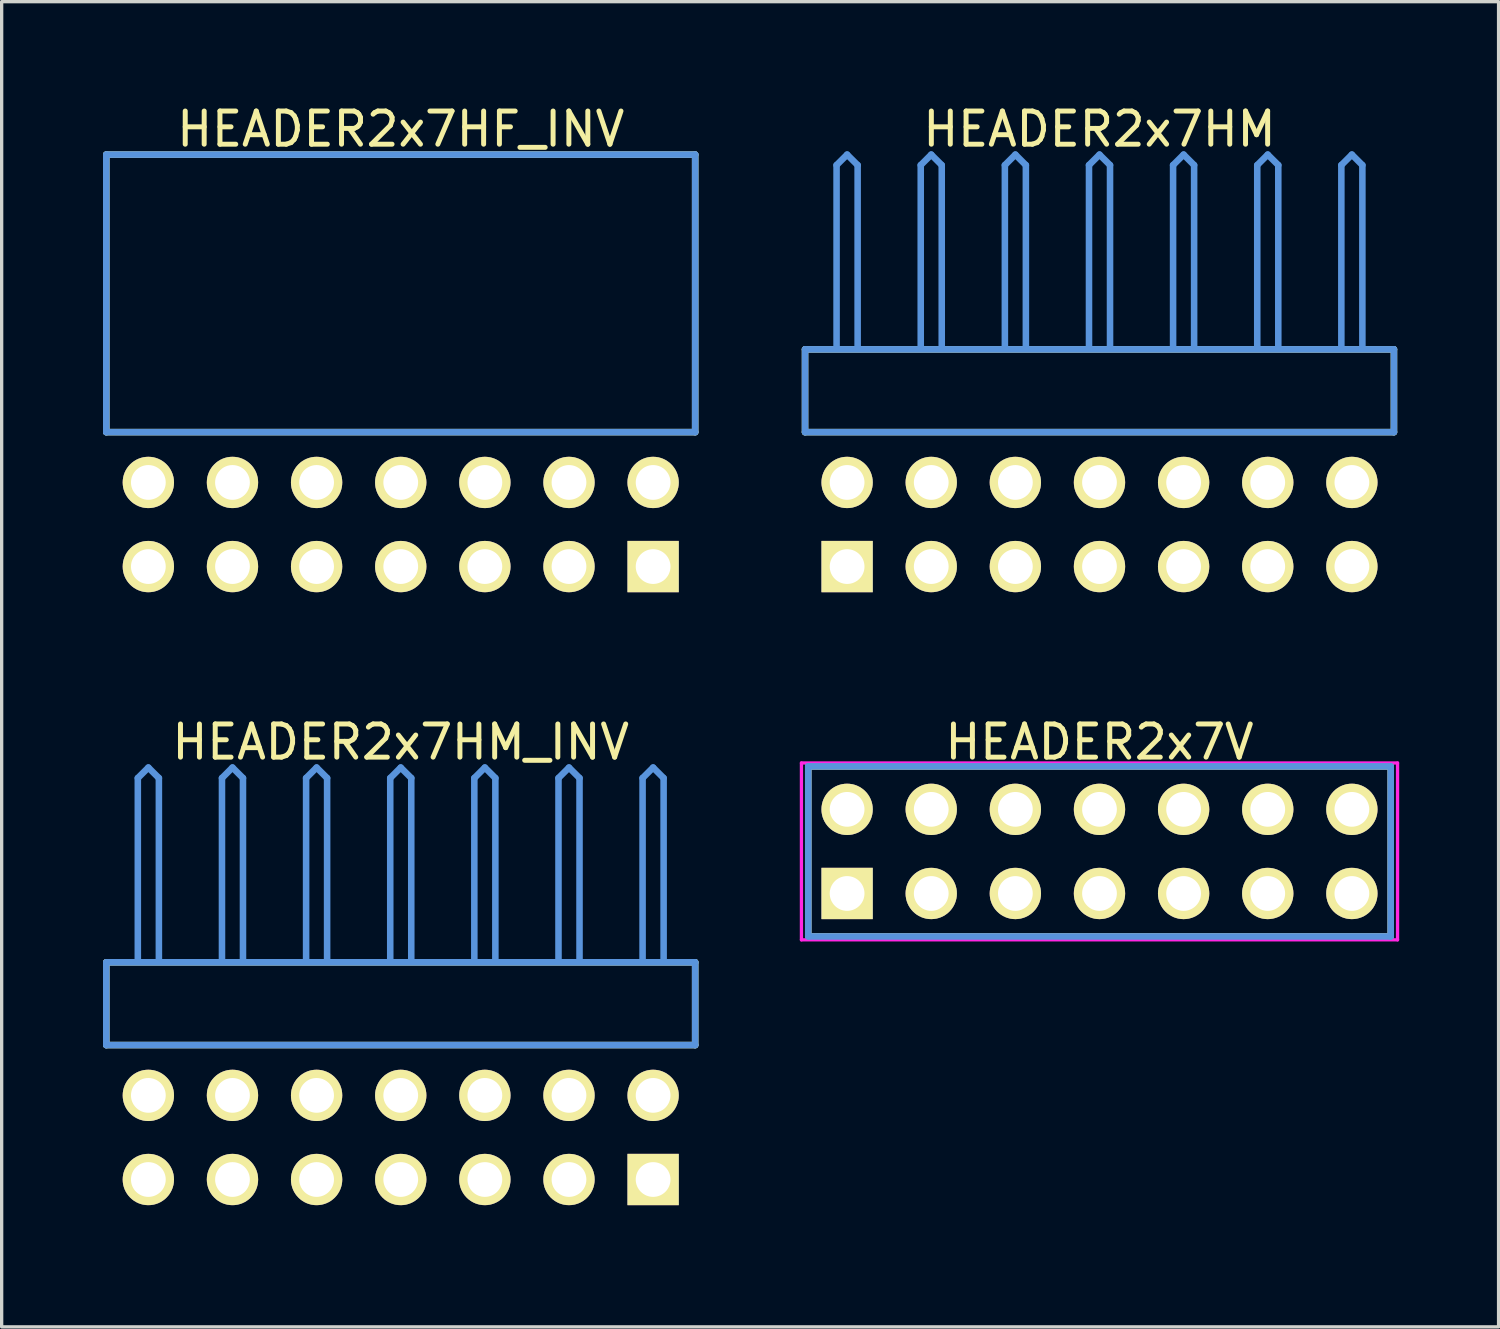
<source format=kicad_pcb>
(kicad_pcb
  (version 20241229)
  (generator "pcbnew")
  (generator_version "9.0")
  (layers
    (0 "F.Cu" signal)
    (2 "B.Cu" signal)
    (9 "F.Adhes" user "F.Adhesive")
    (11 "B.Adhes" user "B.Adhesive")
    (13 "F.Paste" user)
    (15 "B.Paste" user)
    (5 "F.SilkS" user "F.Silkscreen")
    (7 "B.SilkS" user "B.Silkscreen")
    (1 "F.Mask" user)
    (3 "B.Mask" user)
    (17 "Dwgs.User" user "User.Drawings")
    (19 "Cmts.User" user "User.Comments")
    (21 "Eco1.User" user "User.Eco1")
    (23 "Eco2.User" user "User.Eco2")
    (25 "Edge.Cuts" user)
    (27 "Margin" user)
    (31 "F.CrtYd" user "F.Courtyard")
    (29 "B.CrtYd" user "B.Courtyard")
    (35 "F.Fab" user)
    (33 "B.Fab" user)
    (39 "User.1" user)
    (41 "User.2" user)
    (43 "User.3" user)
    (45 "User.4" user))
  (footprint "HEADER2x7HM_INV"
    (layer "F.Cu")
    (at 1.429 32.562)
    (property "Reference" "HEADER2x7HM_INV" (at 7.62 -13.208 0) (layer "F.SilkS") (effects (font (size 1.001 1.001) (thickness 0.15))))
    (attr through_hole)
    (fp_line (start -1.27 -6.558) (end -1.27 -4.059) (stroke (width 0.198) (type solid)) (layer "F.SilkS"))
    (fp_line (start -1.27 -4.059) (end 16.51 -4.059) (stroke (width 0.198) (type solid)) (layer "F.SilkS"))
    (fp_line (start 16.51 -6.558) (end -1.27 -6.558) (stroke (width 0.198) (type solid)) (layer "F.SilkS"))
    (fp_line (start 16.51 -4.059) (end 16.51 -6.558) (stroke (width 0.198) (type solid)) (layer "F.SilkS"))
    (fp_line (start -1.27 -6.558) (end -1.27 -4.059) (stroke (width 0.198) (type solid)) (layer "Cmts.User"))
    (fp_line (start -1.27 -4.059) (end 16.51 -4.059) (stroke (width 0.198) (type solid)) (layer "Cmts.User"))
    (fp_line (start -0.318 -12.121) (end 0 -12.438) (stroke (width 0.198) (type solid)) (layer "Cmts.User"))
    (fp_line (start -0.318 -6.599) (end -0.318 -12.121) (stroke (width 0.198) (type solid)) (layer "Cmts.User"))
    (fp_line (start 0.318 -12.121) (end 0 -12.438) (stroke (width 0.198) (type solid)) (layer "Cmts.User"))
    (fp_line (start 0.318 -6.599) (end 0.318 -12.121) (stroke (width 0.198) (type solid)) (layer "Cmts.User"))
    (fp_line (start 2.223 -12.121) (end 2.54 -12.438) (stroke (width 0.198) (type solid)) (layer "Cmts.User"))
    (fp_line (start 2.223 -6.599) (end 2.223 -12.121) (stroke (width 0.198) (type solid)) (layer "Cmts.User"))
    (fp_line (start 2.857 -12.121) (end 2.54 -12.438) (stroke (width 0.198) (type solid)) (layer "Cmts.User"))
    (fp_line (start 2.857 -6.599) (end 2.857 -12.121) (stroke (width 0.198) (type solid)) (layer "Cmts.User"))
    (fp_line (start 4.763 -12.121) (end 5.08 -12.438) (stroke (width 0.198) (type solid)) (layer "Cmts.User"))
    (fp_line (start 4.763 -6.599) (end 4.763 -12.121) (stroke (width 0.198) (type solid)) (layer "Cmts.User"))
    (fp_line (start 5.397 -12.121) (end 5.08 -12.438) (stroke (width 0.198) (type solid)) (layer "Cmts.User"))
    (fp_line (start 5.397 -6.599) (end 5.397 -12.121) (stroke (width 0.198) (type solid)) (layer "Cmts.User"))
    (fp_line (start 7.303 -12.121) (end 7.62 -12.438) (stroke (width 0.198) (type solid)) (layer "Cmts.User"))
    (fp_line (start 7.303 -6.599) (end 7.303 -12.121) (stroke (width 0.198) (type solid)) (layer "Cmts.User"))
    (fp_line (start 7.938 -12.121) (end 7.62 -12.438) (stroke (width 0.198) (type solid)) (layer "Cmts.User"))
    (fp_line (start 7.938 -6.599) (end 7.938 -12.121) (stroke (width 0.198) (type solid)) (layer "Cmts.User"))
    (fp_line (start 9.842 -12.121) (end 10.16 -12.438) (stroke (width 0.198) (type solid)) (layer "Cmts.User"))
    (fp_line (start 9.842 -6.599) (end 9.842 -12.121) (stroke (width 0.198) (type solid)) (layer "Cmts.User"))
    (fp_line (start 10.477 -12.121) (end 10.16 -12.438) (stroke (width 0.198) (type solid)) (layer "Cmts.User"))
    (fp_line (start 10.477 -6.599) (end 10.477 -12.121) (stroke (width 0.198) (type solid)) (layer "Cmts.User"))
    (fp_line (start 12.383 -12.121) (end 12.7 -12.438) (stroke (width 0.198) (type solid)) (layer "Cmts.User"))
    (fp_line (start 12.383 -6.599) (end 12.383 -12.121) (stroke (width 0.198) (type solid)) (layer "Cmts.User"))
    (fp_line (start 13.018 -12.121) (end 12.7 -12.438) (stroke (width 0.198) (type solid)) (layer "Cmts.User"))
    (fp_line (start 13.018 -6.599) (end 13.018 -12.121) (stroke (width 0.198) (type solid)) (layer "Cmts.User"))
    (fp_line (start 14.922 -12.121) (end 15.24 -12.438) (stroke (width 0.198) (type solid)) (layer "Cmts.User"))
    (fp_line (start 14.922 -6.599) (end 14.922 -12.121) (stroke (width 0.198) (type solid)) (layer "Cmts.User"))
    (fp_line (start 15.557 -12.121) (end 15.24 -12.438) (stroke (width 0.198) (type solid)) (layer "Cmts.User"))
    (fp_line (start 15.557 -6.599) (end 15.557 -12.121) (stroke (width 0.198) (type solid)) (layer "Cmts.User"))
    (fp_line (start 16.51 -6.558) (end -1.27 -6.558) (stroke (width 0.198) (type solid)) (layer "Cmts.User"))
    (fp_line (start 16.51 -4.059) (end 16.51 -6.558) (stroke (width 0.198) (type solid)) (layer "Cmts.User"))
    (fp_line (start -1.379 -12.54) (end 16.619 -12.54) (stroke (width 0.099) (type solid)) (layer "Eco1.User"))
    (fp_line (start -1.379 1.4) (end -1.379 -12.54) (stroke (width 0.099) (type solid)) (layer "Eco1.User"))
    (fp_line (start 16.619 -12.54) (end 16.619 1.4) (stroke (width 0.099) (type solid)) (layer "Eco1.User"))
    (fp_line (start 16.619 1.4) (end -1.379 1.4) (stroke (width 0.099) (type solid)) (layer "Eco1.User"))
    (pad "1" thru_hole rect (at 15.24 0) (size 1.549 1.549) (drill 1.049) (layers "*.Cu" "*.Mask" "F.SilkS"))
    (pad "2" thru_hole circle (at 15.24 -2.54) (size 1.549 1.549) (drill 1.049) (layers "*.Cu" "*.Mask" "F.SilkS"))
    (pad "3" thru_hole circle (at 12.7 0) (size 1.549 1.549) (drill 1.049) (layers "*.Cu" "*.Mask" "F.SilkS"))
    (pad "4" thru_hole circle (at 12.7 -2.54) (size 1.549 1.549) (drill 1.049) (layers "*.Cu" "*.Mask" "F.SilkS"))
    (pad "5" thru_hole circle (at 10.16 0) (size 1.549 1.549) (drill 1.049) (layers "*.Cu" "*.Mask" "F.SilkS"))
    (pad "6" thru_hole circle (at 10.16 -2.54) (size 1.549 1.549) (drill 1.049) (layers "*.Cu" "*.Mask" "F.SilkS"))
    (pad "7" thru_hole circle (at 7.62 0) (size 1.549 1.549) (drill 1.049) (layers "*.Cu" "*.Mask" "F.SilkS"))
    (pad "8" thru_hole circle (at 7.62 -2.54) (size 1.549 1.549) (drill 1.049) (layers "*.Cu" "*.Mask" "F.SilkS"))
    (pad "9" thru_hole circle (at 5.08 0) (size 1.549 1.549) (drill 1.049) (layers "*.Cu" "*.Mask" "F.SilkS"))
    (pad "10" thru_hole circle (at 5.08 -2.54) (size 1.549 1.549) (drill 1.049) (layers "*.Cu" "*.Mask" "F.SilkS"))
    (pad "11" thru_hole circle (at 2.54 0) (size 1.549 1.549) (drill 1.049) (layers "*.Cu" "*.Mask" "F.SilkS"))
    (pad "12" thru_hole circle (at 2.54 -2.54) (size 1.549 1.549) (drill 1.049) (layers "*.Cu" "*.Mask" "F.SilkS"))
    (pad "13" thru_hole circle (at 0 0) (size 1.549 1.549) (drill 1.049) (layers "*.Cu" "*.Mask" "F.SilkS"))
    (pad "14" thru_hole circle (at 0 -2.54) (size 1.549 1.549) (drill 1.049) (layers "*.Cu" "*.Mask" "F.SilkS")))
  (footprint "HEADER2x7HF_INV"
    (layer "F.Cu")
    (at 1.429 14.056)
    (property "Reference" "HEADER2x7HF_INV" (at 7.62 -13.208 0) (layer "F.SilkS") (effects (font (size 1.001 1.001) (thickness 0.15))))
    (attr through_hole)
    (fp_line (start -1.27 -12.438) (end -1.27 -4.059) (stroke (width 0.198) (type solid)) (layer "F.SilkS"))
    (fp_line (start -1.27 -4.059) (end 16.51 -4.059) (stroke (width 0.198) (type solid)) (layer "F.SilkS"))
    (fp_line (start 16.51 -12.438) (end -1.27 -12.438) (stroke (width 0.198) (type solid)) (layer "F.SilkS"))
    (fp_line (start 16.51 -4.059) (end 16.51 -12.438) (stroke (width 0.198) (type solid)) (layer "F.SilkS"))
    (fp_line (start -1.27 -12.438) (end -1.27 -4.059) (stroke (width 0.198) (type solid)) (layer "Cmts.User"))
    (fp_line (start -1.27 -4.059) (end 16.51 -4.059) (stroke (width 0.198) (type solid)) (layer "Cmts.User"))
    (fp_line (start 16.51 -12.438) (end -1.27 -12.438) (stroke (width 0.198) (type solid)) (layer "Cmts.User"))
    (fp_line (start 16.51 -4.059) (end 16.51 -12.438) (stroke (width 0.198) (type solid)) (layer "Cmts.User"))
    (fp_line (start -1.379 -12.54) (end 16.619 -12.54) (stroke (width 0.099) (type solid)) (layer "Eco1.User"))
    (fp_line (start -1.379 1.4) (end -1.379 -12.54) (stroke (width 0.099) (type solid)) (layer "Eco1.User"))
    (fp_line (start 16.619 -12.54) (end 16.619 1.4) (stroke (width 0.099) (type solid)) (layer "Eco1.User"))
    (fp_line (start 16.619 1.4) (end -1.379 1.4) (stroke (width 0.099) (type solid)) (layer "Eco1.User"))
    (pad "1" thru_hole rect (at 15.24 0) (size 1.549 1.549) (drill 1.049) (layers "*.Cu" "*.Mask" "F.SilkS"))
    (pad "2" thru_hole circle (at 15.24 -2.54) (size 1.549 1.549) (drill 1.049) (layers "*.Cu" "*.Mask" "F.SilkS"))
    (pad "3" thru_hole circle (at 12.7 0) (size 1.549 1.549) (drill 1.049) (layers "*.Cu" "*.Mask" "F.SilkS"))
    (pad "4" thru_hole circle (at 12.7 -2.54) (size 1.549 1.549) (drill 1.049) (layers "*.Cu" "*.Mask" "F.SilkS"))
    (pad "5" thru_hole circle (at 10.16 0) (size 1.549 1.549) (drill 1.049) (layers "*.Cu" "*.Mask" "F.SilkS"))
    (pad "6" thru_hole circle (at 10.16 -2.54) (size 1.549 1.549) (drill 1.049) (layers "*.Cu" "*.Mask" "F.SilkS"))
    (pad "7" thru_hole circle (at 7.62 0) (size 1.549 1.549) (drill 1.049) (layers "*.Cu" "*.Mask" "F.SilkS"))
    (pad "8" thru_hole circle (at 7.62 -2.54) (size 1.549 1.549) (drill 1.049) (layers "*.Cu" "*.Mask" "F.SilkS"))
    (pad "9" thru_hole circle (at 5.08 0) (size 1.549 1.549) (drill 1.049) (layers "*.Cu" "*.Mask" "F.SilkS"))
    (pad "10" thru_hole circle (at 5.08 -2.54) (size 1.549 1.549) (drill 1.049) (layers "*.Cu" "*.Mask" "F.SilkS"))
    (pad "11" thru_hole circle (at 2.54 0) (size 1.549 1.549) (drill 1.049) (layers "*.Cu" "*.Mask" "F.SilkS"))
    (pad "12" thru_hole circle (at 2.54 -2.54) (size 1.549 1.549) (drill 1.049) (layers "*.Cu" "*.Mask" "F.SilkS"))
    (pad "13" thru_hole circle (at 0 0) (size 1.549 1.549) (drill 1.049) (layers "*.Cu" "*.Mask" "F.SilkS"))
    (pad "14" thru_hole circle (at 0 -2.54) (size 1.549 1.549) (drill 1.049) (layers "*.Cu" "*.Mask" "F.SilkS")))
  (footprint "HEADER2x7HM"
    (layer "F.Cu")
    (at 22.526 14.056)
    (property "Reference" "HEADER2x7HM" (at 7.62 -13.208 0) (layer "F.SilkS") (effects (font (size 1.001 1.001) (thickness 0.15))))
    (attr through_hole)
    (fp_line (start -1.27 -6.558) (end -1.27 -4.059) (stroke (width 0.198) (type solid)) (layer "F.SilkS"))
    (fp_line (start -1.27 -4.059) (end 16.51 -4.059) (stroke (width 0.198) (type solid)) (layer "F.SilkS"))
    (fp_line (start 16.51 -6.558) (end -1.27 -6.558) (stroke (width 0.198) (type solid)) (layer "F.SilkS"))
    (fp_line (start 16.51 -4.059) (end 16.51 -6.558) (stroke (width 0.198) (type solid)) (layer "F.SilkS"))
    (fp_line (start -1.27 -6.558) (end -1.27 -4.059) (stroke (width 0.198) (type solid)) (layer "Cmts.User"))
    (fp_line (start -1.27 -4.059) (end 16.51 -4.059) (stroke (width 0.198) (type solid)) (layer "Cmts.User"))
    (fp_line (start -0.318 -12.121) (end 0 -12.438) (stroke (width 0.198) (type solid)) (layer "Cmts.User"))
    (fp_line (start -0.318 -6.599) (end -0.318 -12.121) (stroke (width 0.198) (type solid)) (layer "Cmts.User"))
    (fp_line (start 0.318 -12.121) (end 0 -12.438) (stroke (width 0.198) (type solid)) (layer "Cmts.User"))
    (fp_line (start 0.318 -6.599) (end 0.318 -12.121) (stroke (width 0.198) (type solid)) (layer "Cmts.User"))
    (fp_line (start 2.223 -12.121) (end 2.54 -12.438) (stroke (width 0.198) (type solid)) (layer "Cmts.User"))
    (fp_line (start 2.223 -6.599) (end 2.223 -12.121) (stroke (width 0.198) (type solid)) (layer "Cmts.User"))
    (fp_line (start 2.857 -12.121) (end 2.54 -12.438) (stroke (width 0.198) (type solid)) (layer "Cmts.User"))
    (fp_line (start 2.857 -6.599) (end 2.857 -12.121) (stroke (width 0.198) (type solid)) (layer "Cmts.User"))
    (fp_line (start 4.763 -12.121) (end 5.08 -12.438) (stroke (width 0.198) (type solid)) (layer "Cmts.User"))
    (fp_line (start 4.763 -6.599) (end 4.763 -12.121) (stroke (width 0.198) (type solid)) (layer "Cmts.User"))
    (fp_line (start 5.397 -12.121) (end 5.08 -12.438) (stroke (width 0.198) (type solid)) (layer "Cmts.User"))
    (fp_line (start 5.397 -6.599) (end 5.397 -12.121) (stroke (width 0.198) (type solid)) (layer "Cmts.User"))
    (fp_line (start 7.303 -12.121) (end 7.62 -12.438) (stroke (width 0.198) (type solid)) (layer "Cmts.User"))
    (fp_line (start 7.303 -6.599) (end 7.303 -12.121) (stroke (width 0.198) (type solid)) (layer "Cmts.User"))
    (fp_line (start 7.938 -12.121) (end 7.62 -12.438) (stroke (width 0.198) (type solid)) (layer "Cmts.User"))
    (fp_line (start 7.938 -6.599) (end 7.938 -12.121) (stroke (width 0.198) (type solid)) (layer "Cmts.User"))
    (fp_line (start 9.842 -12.121) (end 10.16 -12.438) (stroke (width 0.198) (type solid)) (layer "Cmts.User"))
    (fp_line (start 9.842 -6.599) (end 9.842 -12.121) (stroke (width 0.198) (type solid)) (layer "Cmts.User"))
    (fp_line (start 10.477 -12.121) (end 10.16 -12.438) (stroke (width 0.198) (type solid)) (layer "Cmts.User"))
    (fp_line (start 10.477 -6.599) (end 10.477 -12.121) (stroke (width 0.198) (type solid)) (layer "Cmts.User"))
    (fp_line (start 12.383 -12.121) (end 12.7 -12.438) (stroke (width 0.198) (type solid)) (layer "Cmts.User"))
    (fp_line (start 12.383 -6.599) (end 12.383 -12.121) (stroke (width 0.198) (type solid)) (layer "Cmts.User"))
    (fp_line (start 13.018 -12.121) (end 12.7 -12.438) (stroke (width 0.198) (type solid)) (layer "Cmts.User"))
    (fp_line (start 13.018 -6.599) (end 13.018 -12.121) (stroke (width 0.198) (type solid)) (layer "Cmts.User"))
    (fp_line (start 14.922 -12.121) (end 15.24 -12.438) (stroke (width 0.198) (type solid)) (layer "Cmts.User"))
    (fp_line (start 14.922 -6.599) (end 14.922 -12.121) (stroke (width 0.198) (type solid)) (layer "Cmts.User"))
    (fp_line (start 15.557 -12.121) (end 15.24 -12.438) (stroke (width 0.198) (type solid)) (layer "Cmts.User"))
    (fp_line (start 15.557 -6.599) (end 15.557 -12.121) (stroke (width 0.198) (type solid)) (layer "Cmts.User"))
    (fp_line (start 16.51 -6.558) (end -1.27 -6.558) (stroke (width 0.198) (type solid)) (layer "Cmts.User"))
    (fp_line (start 16.51 -4.059) (end 16.51 -6.558) (stroke (width 0.198) (type solid)) (layer "Cmts.User"))
    (fp_line (start -1.379 -12.54) (end 16.619 -12.54) (stroke (width 0.099) (type solid)) (layer "Eco1.User"))
    (fp_line (start -1.379 1.4) (end -1.379 -12.54) (stroke (width 0.099) (type solid)) (layer "Eco1.User"))
    (fp_line (start 16.619 -12.54) (end 16.619 1.4) (stroke (width 0.099) (type solid)) (layer "Eco1.User"))
    (fp_line (start 16.619 1.4) (end -1.379 1.4) (stroke (width 0.099) (type solid)) (layer "Eco1.User"))
    (pad "1" thru_hole rect (at 0 0) (size 1.549 1.549) (drill 1.049) (layers "*.Cu" "*.Mask" "F.SilkS"))
    (pad "2" thru_hole circle (at 0 -2.54) (size 1.549 1.549) (drill 1.049) (layers "*.Cu" "*.Mask" "F.SilkS"))
    (pad "3" thru_hole circle (at 2.54 0) (size 1.549 1.549) (drill 1.049) (layers "*.Cu" "*.Mask" "F.SilkS"))
    (pad "4" thru_hole circle (at 2.54 -2.54) (size 1.549 1.549) (drill 1.049) (layers "*.Cu" "*.Mask" "F.SilkS"))
    (pad "5" thru_hole circle (at 5.08 0) (size 1.549 1.549) (drill 1.049) (layers "*.Cu" "*.Mask" "F.SilkS"))
    (pad "6" thru_hole circle (at 5.08 -2.54) (size 1.549 1.549) (drill 1.049) (layers "*.Cu" "*.Mask" "F.SilkS"))
    (pad "7" thru_hole circle (at 7.62 0) (size 1.549 1.549) (drill 1.049) (layers "*.Cu" "*.Mask" "F.SilkS"))
    (pad "8" thru_hole circle (at 7.62 -2.54) (size 1.549 1.549) (drill 1.049) (layers "*.Cu" "*.Mask" "F.SilkS"))
    (pad "9" thru_hole circle (at 10.16 0) (size 1.549 1.549) (drill 1.049) (layers "*.Cu" "*.Mask" "F.SilkS"))
    (pad "10" thru_hole circle (at 10.16 -2.54) (size 1.549 1.549) (drill 1.049) (layers "*.Cu" "*.Mask" "F.SilkS"))
    (pad "11" thru_hole circle (at 12.7 0) (size 1.549 1.549) (drill 1.049) (layers "*.Cu" "*.Mask" "F.SilkS"))
    (pad "12" thru_hole circle (at 12.7 -2.54) (size 1.549 1.549) (drill 1.049) (layers "*.Cu" "*.Mask" "F.SilkS"))
    (pad "13" thru_hole circle (at 15.24 0) (size 1.549 1.549) (drill 1.049) (layers "*.Cu" "*.Mask" "F.SilkS"))
    (pad "14" thru_hole circle (at 15.24 -2.54) (size 1.549 1.549) (drill 1.049) (layers "*.Cu" "*.Mask" "F.SilkS")))
  (footprint "HEADER2x7V"
    (layer "F.Cu")
    (at 22.526 23.926)
    (property "Reference" "HEADER2x7V" (at 7.62 -4.572 0) (layer "F.SilkS") (effects (font (size 1.001 1.001) (thickness 0.15))))
    (attr through_hole)
    (fp_line (start -1.173 -3.838) (end -1.173 1.298) (stroke (width 0.198) (type solid)) (layer "F.SilkS"))
    (fp_line (start -1.173 1.298) (end 16.413 1.298) (stroke (width 0.198) (type solid)) (layer "F.SilkS"))
    (fp_line (start 16.413 -3.838) (end -1.173 -3.838) (stroke (width 0.198) (type solid)) (layer "F.SilkS"))
    (fp_line (start 16.413 1.298) (end 16.413 -3.838) (stroke (width 0.198) (type solid)) (layer "F.SilkS"))
    (fp_line (start -1.173 -3.838) (end -1.173 1.298) (stroke (width 0.198) (type solid)) (layer "Cmts.User"))
    (fp_line (start -1.173 1.298) (end 16.413 1.298) (stroke (width 0.198) (type solid)) (layer "Cmts.User"))
    (fp_line (start 16.413 -3.838) (end -1.173 -3.838) (stroke (width 0.198) (type solid)) (layer "Cmts.User"))
    (fp_line (start 16.413 1.298) (end 16.413 -3.838) (stroke (width 0.198) (type solid)) (layer "Cmts.User"))
    (fp_line (start -1.379 -3.94) (end -1.379 1.4) (stroke (width 0.099) (type solid)) (layer "F.CrtYd"))
    (fp_line (start -1.379 1.4) (end 16.619 1.4) (stroke (width 0.099) (type solid)) (layer "F.CrtYd"))
    (fp_line (start 16.619 -3.94) (end -1.379 -3.94) (stroke (width 0.099) (type solid)) (layer "F.CrtYd"))
    (fp_line (start 16.619 1.4) (end 16.619 -3.94) (stroke (width 0.099) (type solid)) (layer "F.CrtYd"))
    (pad "1" thru_hole rect (at 0 0) (size 1.549 1.549) (drill 1.049) (layers "*.Cu" "*.Mask" "F.SilkS"))
    (pad "2" thru_hole circle (at 0 -2.54) (size 1.549 1.549) (drill 1.049) (layers "*.Cu" "*.Mask" "F.SilkS"))
    (pad "3" thru_hole circle (at 2.54 0) (size 1.549 1.549) (drill 1.049) (layers "*.Cu" "*.Mask" "F.SilkS"))
    (pad "4" thru_hole circle (at 2.54 -2.54) (size 1.549 1.549) (drill 1.049) (layers "*.Cu" "*.Mask" "F.SilkS"))
    (pad "5" thru_hole circle (at 5.08 0) (size 1.549 1.549) (drill 1.049) (layers "*.Cu" "*.Mask" "F.SilkS"))
    (pad "6" thru_hole circle (at 5.08 -2.54) (size 1.549 1.549) (drill 1.049) (layers "*.Cu" "*.Mask" "F.SilkS"))
    (pad "7" thru_hole circle (at 7.62 0) (size 1.549 1.549) (drill 1.049) (layers "*.Cu" "*.Mask" "F.SilkS"))
    (pad "8" thru_hole circle (at 7.62 -2.54) (size 1.549 1.549) (drill 1.049) (layers "*.Cu" "*.Mask" "F.SilkS"))
    (pad "9" thru_hole circle (at 10.16 0) (size 1.549 1.549) (drill 1.049) (layers "*.Cu" "*.Mask" "F.SilkS"))
    (pad "10" thru_hole circle (at 10.16 -2.54) (size 1.549 1.549) (drill 1.049) (layers "*.Cu" "*.Mask" "F.SilkS"))
    (pad "11" thru_hole circle (at 12.7 0) (size 1.549 1.549) (drill 1.049) (layers "*.Cu" "*.Mask" "F.SilkS"))
    (pad "12" thru_hole circle (at 12.7 -2.54) (size 1.549 1.549) (drill 1.049) (layers "*.Cu" "*.Mask" "F.SilkS"))
    (pad "13" thru_hole circle (at 15.24 0) (size 1.549 1.549) (drill 1.049) (layers "*.Cu" "*.Mask" "F.SilkS"))
    (pad "14" thru_hole circle (at 15.24 -2.54) (size 1.549 1.549) (drill 1.049) (layers "*.Cu" "*.Mask" "F.SilkS")))
  (gr_rect
    (start -3 -3)
    (end 42.195 37.011)
    (stroke (width 0.1) (type default))
    (fill no)
    (layer "Edge.Cuts")))
</source>
